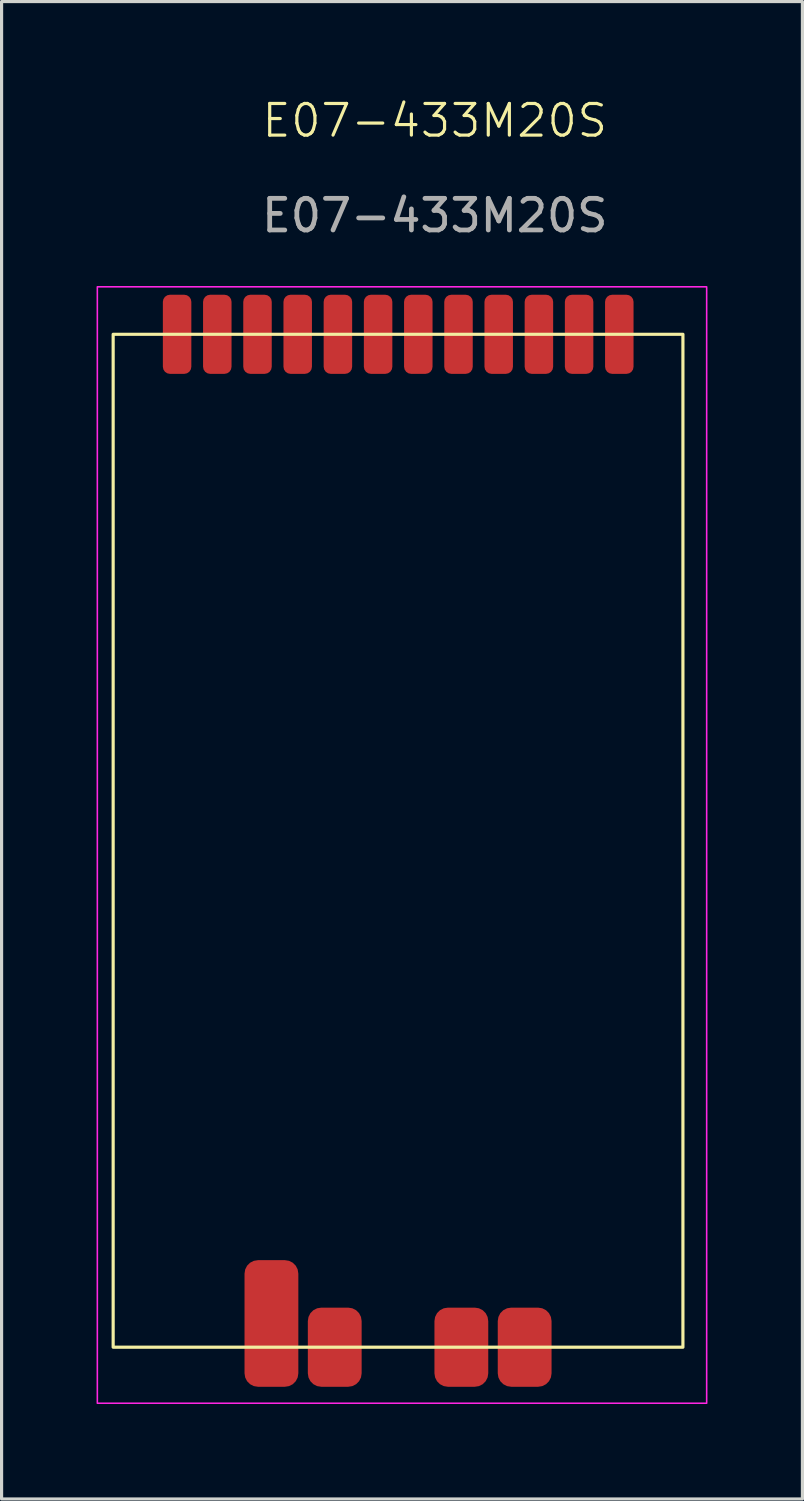
<source format=kicad_pcb>
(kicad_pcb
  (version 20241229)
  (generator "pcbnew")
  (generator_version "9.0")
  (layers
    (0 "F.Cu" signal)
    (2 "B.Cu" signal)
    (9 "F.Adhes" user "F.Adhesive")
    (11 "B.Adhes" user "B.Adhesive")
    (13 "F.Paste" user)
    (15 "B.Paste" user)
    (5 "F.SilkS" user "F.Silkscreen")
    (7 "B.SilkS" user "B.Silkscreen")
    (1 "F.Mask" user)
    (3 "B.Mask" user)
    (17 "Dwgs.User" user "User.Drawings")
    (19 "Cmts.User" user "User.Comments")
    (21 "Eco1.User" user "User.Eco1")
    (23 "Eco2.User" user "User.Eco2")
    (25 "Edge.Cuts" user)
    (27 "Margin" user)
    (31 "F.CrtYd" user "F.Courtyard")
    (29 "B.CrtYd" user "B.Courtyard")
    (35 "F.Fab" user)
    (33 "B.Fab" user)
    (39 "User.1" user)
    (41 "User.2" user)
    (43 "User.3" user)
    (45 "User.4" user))
  (footprint "E07-433M20S"
    (layer "F.Cu")
    (at 0.525 39.511)
    (property "Reference" "E07-433M20S" (at 10.16 -38.75 0) (unlocked yes) (layer "F.SilkS") (effects (font (size 1 1) (thickness 0.1))))
    (attr smd)
    (fp_rect (start 0 -32) (end 18 0) (stroke (width 0.1) (type default)) (fill no) (layer "F.SilkS"))
    (fp_rect (start -0.5 -33.5) (end 18.75 1.77) (stroke (width 0.05) (type default)) (fill no) (layer "F.CrtYd"))
    (fp_text user "${REFERENCE}" (at 10.16 -35.75 0) (unlocked yes) (layer "F.Fab") (effects (font (size 1 1) (thickness 0.15))))
    (pad "1" smd roundrect (at 15.99 -32 180) (size 0.9 2.5) (layers "F.Cu" "F.Mask" "F.Paste") (roundrect_rratio 0.25))
    (pad "2" smd roundrect (at 14.72 -32 180) (size 0.9 2.5) (layers "F.Cu" "F.Mask" "F.Paste") (roundrect_rratio 0.25))
    (pad "3" smd roundrect (at 13.45 -32 180) (size 0.9 2.5) (layers "F.Cu" "F.Mask" "F.Paste") (roundrect_rratio 0.25))
    (pad "4" smd roundrect (at 12.18 -32 180) (size 0.9 2.5) (layers "F.Cu" "F.Mask" "F.Paste") (roundrect_rratio 0.25))
    (pad "5" smd roundrect (at 10.91 -32 180) (size 0.9 2.5) (layers "F.Cu" "F.Mask" "F.Paste") (roundrect_rratio 0.25))
    (pad "6" smd roundrect (at 9.64 -32 180) (size 0.9 2.5) (layers "F.Cu" "F.Mask" "F.Paste") (roundrect_rratio 0.25))
    (pad "7" smd roundrect (at 8.37 -32 180) (size 0.9 2.5) (layers "F.Cu" "F.Mask" "F.Paste") (roundrect_rratio 0.25))
    (pad "8" smd roundrect (at 7.1 -32 180) (size 0.9 2.5) (layers "F.Cu" "F.Mask" "F.Paste") (roundrect_rratio 0.25))
    (pad "9" smd roundrect (at 5.83 -32 180) (size 0.9 2.5) (layers "F.Cu" "F.Mask" "F.Paste") (roundrect_rratio 0.25))
    (pad "10" smd roundrect (at 4.56 -32 180) (size 0.9 2.5) (layers "F.Cu" "F.Mask" "F.Paste") (roundrect_rratio 0.25))
    (pad "11" smd roundrect (at 3.29 -32 180) (size 0.9 2.5) (layers "F.Cu" "F.Mask" "F.Paste") (roundrect_rratio 0.25))
    (pad "12" smd roundrect (at 2.02 -32 180) (size 0.9 2.5) (layers "F.Cu" "F.Mask" "F.Paste") (roundrect_rratio 0.25))
    (pad "13" smd roundrect (at 5 -0.75 180) (size 1.7 4) (layers "F.Cu" "F.Mask" "F.Paste") (roundrect_rratio 0.25))
    (pad "14" smd roundrect (at 7 0 180) (size 1.7 2.5) (layers "F.Cu" "F.Mask" "F.Paste") (roundrect_rratio 0.25))
    (pad "15" smd roundrect (at 11 0 180) (size 1.7 2.5) (layers "F.Cu" "F.Mask" "F.Paste") (roundrect_rratio 0.25))
    (pad "16" smd roundrect (at 13 0 180) (size 1.7 2.5) (layers "F.Cu" "F.Mask" "F.Paste") (roundrect_rratio 0.25)))
  (gr_rect
    (start -3 -3)
    (end 22.3 44.306)
    (stroke (width 0.1) (type default))
    (fill no)
    (layer "Edge.Cuts")))
</source>
